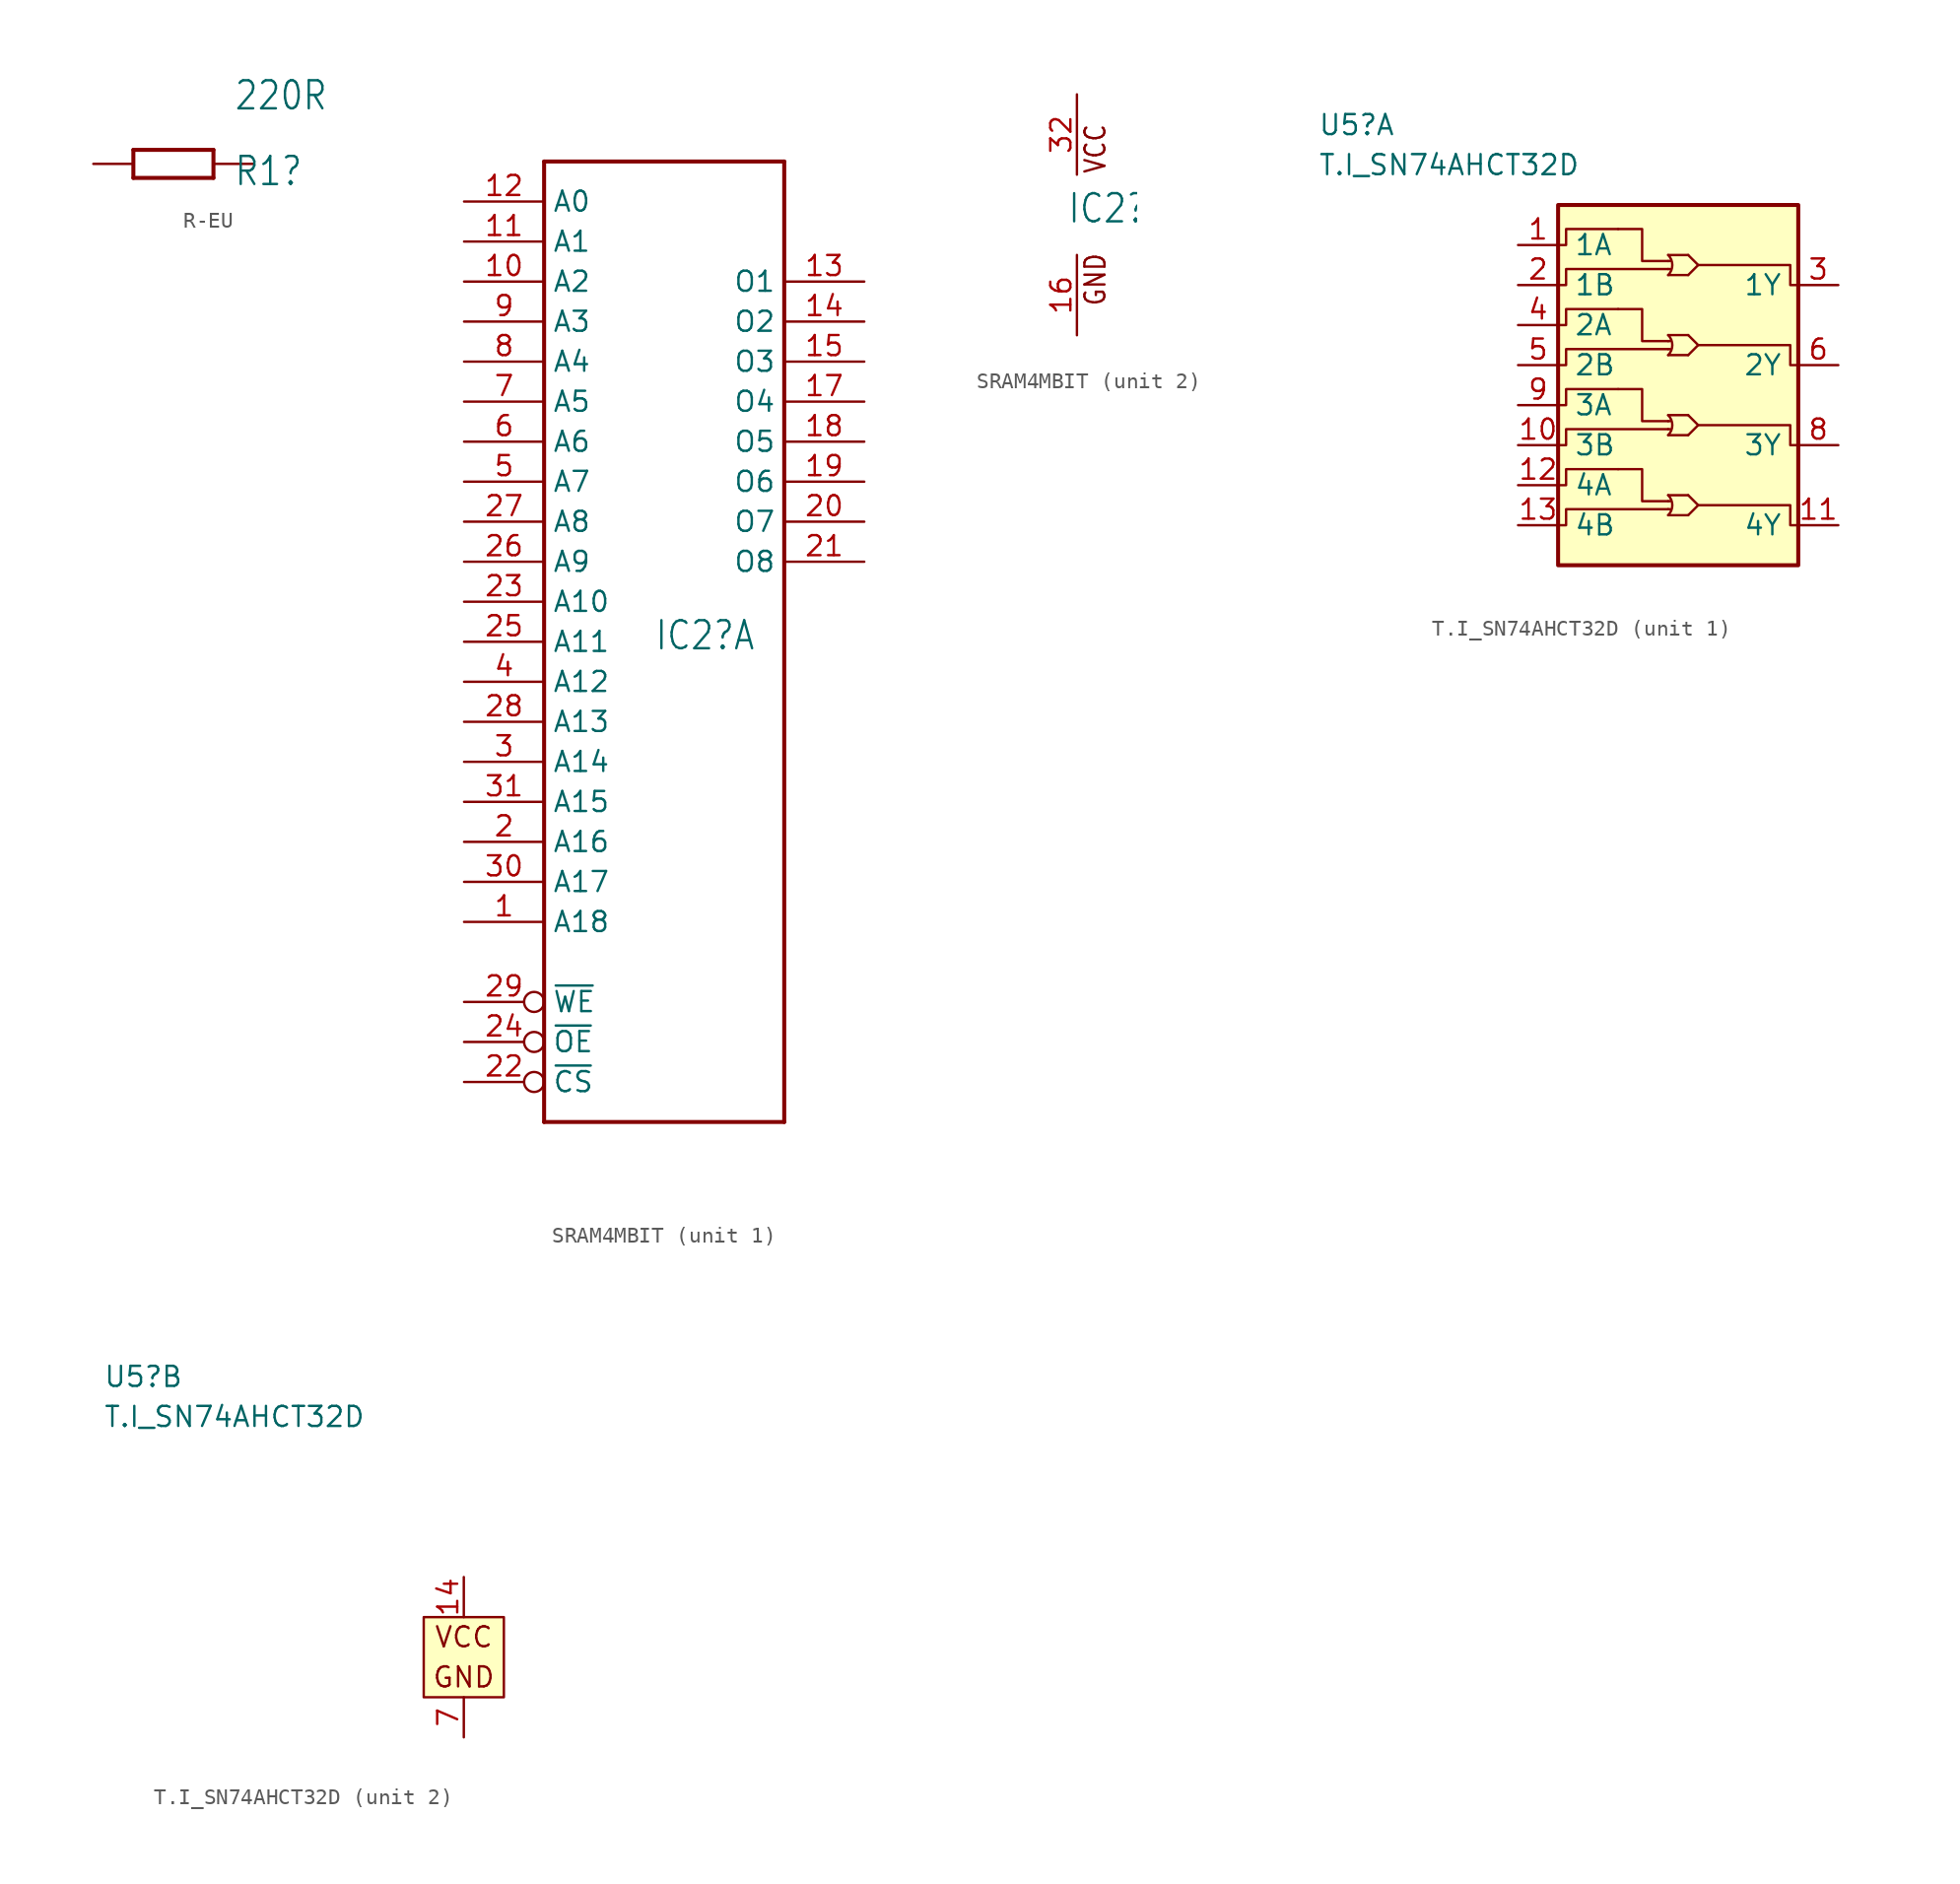
<source format=kicad_sym>
(kicad_symbol_lib
  (version 20220914)
  (generator kicad_symbol_editor)
  (symbol "R-EU"
    (property "Reference" "R1"
      (at 3.81 -1.499 0)
      (effects (font (size 1.778 1.511)) (justify left bottom)))
    (property "Value" "220R"
      (at 3.81 3.302 0)
      (effects (font (size 1.778 1.511)) (justify left bottom)))
    (property "ki_locked" ""
      (at 0 0 0)
      (effects (font (size 1.27 1.27))))
    (symbol "R-EU_1_0"
      (polyline (pts (xy -2.54 -0.889) (xy -2.54 0.889)) (stroke (width 0.254) (type default)) (fill (type none)))
      (polyline (pts (xy -2.54 -0.889) (xy 2.54 -0.889)) (stroke (width 0.254) (type default)) (fill (type none)))
      (polyline (pts (xy 2.54 -0.889) (xy 2.54 0.889)) (stroke (width 0.254) (type default)) (fill (type none)))
      (polyline (pts (xy 2.54 0.889) (xy -2.54 0.889)) (stroke (width 0.254) (type default)) (fill (type none)))
      (pin passive line (at -5.08 0 0) (length 2.54) (name "1" (effects (font (size 0 0)))) (number "1" (effects (font (size 0 0)))))
      (pin passive line (at 5.08 0 180) (length 2.54) (name "2" (effects (font (size 0 0)))) (number "2" (effects (font (size 0 0)))))))
  (symbol "SRAM4MBIT"
    (property "Reference" "IC2"
      (at -0.635 -0.635 0)
      (effects (font (size 1.778 1.511)) (justify left bottom)))
    (property "ki_locked" ""
      (at 0 0 0)
      (effects (font (size 1.27 1.27))))
    (symbol "SRAM4MBIT_1_0"
      (polyline (pts (xy -7.62 -30.48) (xy -7.62 30.48)) (stroke (width 0.254) (type default)) (fill (type none)))
      (polyline (pts (xy -7.62 30.48) (xy 7.62 30.48)) (stroke (width 0.254) (type default)) (fill (type none)))
      (polyline (pts (xy 7.62 -30.48) (xy -7.62 -30.48)) (stroke (width 0.254) (type default)) (fill (type none)))
      (polyline (pts (xy 7.62 30.48) (xy 7.62 -30.48)) (stroke (width 0.254) (type default)) (fill (type none)))
      (pin bidirectional line (at -12.7 -17.78 0) (length 5.08) (name "A18" (effects (font (size 1.27 1.27)))) (number "1" (effects (font (size 1.27 1.27)))))
      (pin bidirectional line (at -12.7 22.86 0) (length 5.08) (name "A2" (effects (font (size 1.27 1.27)))) (number "10" (effects (font (size 1.27 1.27)))))
      (pin bidirectional line (at -12.7 25.4 0) (length 5.08) (name "A1" (effects (font (size 1.27 1.27)))) (number "11" (effects (font (size 1.27 1.27)))))
      (pin bidirectional line (at -12.7 27.94 0) (length 5.08) (name "A0" (effects (font (size 1.27 1.27)))) (number "12" (effects (font (size 1.27 1.27)))))
      (pin bidirectional line (at 12.7 22.86 180) (length 5.08) (name "O1" (effects (font (size 1.27 1.27)))) (number "13" (effects (font (size 1.27 1.27)))))
      (pin bidirectional line (at 12.7 20.32 180) (length 5.08) (name "O2" (effects (font (size 1.27 1.27)))) (number "14" (effects (font (size 1.27 1.27)))))
      (pin bidirectional line (at 12.7 17.78 180) (length 5.08) (name "O3" (effects (font (size 1.27 1.27)))) (number "15" (effects (font (size 1.27 1.27)))))
      (pin bidirectional line (at 12.7 15.24 180) (length 5.08) (name "O4" (effects (font (size 1.27 1.27)))) (number "17" (effects (font (size 1.27 1.27)))))
      (pin bidirectional line (at 12.7 12.7 180) (length 5.08) (name "O5" (effects (font (size 1.27 1.27)))) (number "18" (effects (font (size 1.27 1.27)))))
      (pin bidirectional line (at 12.7 10.16 180) (length 5.08) (name "O6" (effects (font (size 1.27 1.27)))) (number "19" (effects (font (size 1.27 1.27)))))
      (pin bidirectional line (at -12.7 -12.7 0) (length 5.08) (name "A16" (effects (font (size 1.27 1.27)))) (number "2" (effects (font (size 1.27 1.27)))))
      (pin bidirectional line (at 12.7 7.62 180) (length 5.08) (name "O7" (effects (font (size 1.27 1.27)))) (number "20" (effects (font (size 1.27 1.27)))))
      (pin bidirectional line (at 12.7 5.08 180) (length 5.08) (name "O8" (effects (font (size 1.27 1.27)))) (number "21" (effects (font (size 1.27 1.27)))))
      (pin bidirectional inverted (at -12.7 -27.94 0) (length 5.08) (name "~{CS}" (effects (font (size 1.27 1.27)))) (number "22" (effects (font (size 1.27 1.27)))))
      (pin bidirectional line (at -12.7 2.54 0) (length 5.08) (name "A10" (effects (font (size 1.27 1.27)))) (number "23" (effects (font (size 1.27 1.27)))))
      (pin bidirectional inverted (at -12.7 -25.4 0) (length 5.08) (name "~{OE}" (effects (font (size 1.27 1.27)))) (number "24" (effects (font (size 1.27 1.27)))))
      (pin bidirectional line (at -12.7 0 0) (length 5.08) (name "A11" (effects (font (size 1.27 1.27)))) (number "25" (effects (font (size 1.27 1.27)))))
      (pin bidirectional line (at -12.7 5.08 0) (length 5.08) (name "A9" (effects (font (size 1.27 1.27)))) (number "26" (effects (font (size 1.27 1.27)))))
      (pin bidirectional line (at -12.7 7.62 0) (length 5.08) (name "A8" (effects (font (size 1.27 1.27)))) (number "27" (effects (font (size 1.27 1.27)))))
      (pin bidirectional line (at -12.7 -5.08 0) (length 5.08) (name "A13" (effects (font (size 1.27 1.27)))) (number "28" (effects (font (size 1.27 1.27)))))
      (pin bidirectional inverted (at -12.7 -22.86 0) (length 5.08) (name "~{WE}" (effects (font (size 1.27 1.27)))) (number "29" (effects (font (size 1.27 1.27)))))
      (pin bidirectional line (at -12.7 -7.62 0) (length 5.08) (name "A14" (effects (font (size 1.27 1.27)))) (number "3" (effects (font (size 1.27 1.27)))))
      (pin bidirectional line (at -12.7 -15.24 0) (length 5.08) (name "A17" (effects (font (size 1.27 1.27)))) (number "30" (effects (font (size 1.27 1.27)))))
      (pin bidirectional line (at -12.7 -10.16 0) (length 5.08) (name "A15" (effects (font (size 1.27 1.27)))) (number "31" (effects (font (size 1.27 1.27)))))
      (pin bidirectional line (at -12.7 -2.54 0) (length 5.08) (name "A12" (effects (font (size 1.27 1.27)))) (number "4" (effects (font (size 1.27 1.27)))))
      (pin bidirectional line (at -12.7 10.16 0) (length 5.08) (name "A7" (effects (font (size 1.27 1.27)))) (number "5" (effects (font (size 1.27 1.27)))))
      (pin bidirectional line (at -12.7 12.7 0) (length 5.08) (name "A6" (effects (font (size 1.27 1.27)))) (number "6" (effects (font (size 1.27 1.27)))))
      (pin bidirectional line (at -12.7 15.24 0) (length 5.08) (name "A5" (effects (font (size 1.27 1.27)))) (number "7" (effects (font (size 1.27 1.27)))))
      (pin bidirectional line (at -12.7 17.78 0) (length 5.08) (name "A4" (effects (font (size 1.27 1.27)))) (number "8" (effects (font (size 1.27 1.27)))))
      (pin bidirectional line (at -12.7 20.32 0) (length 5.08) (name "A3" (effects (font (size 1.27 1.27)))) (number "9" (effects (font (size 1.27 1.27))))))
    (symbol "SRAM4MBIT_2_0"
      (text "GND" (at 1.905 -5.842 900) (effects (font (size 1.27 1.079)) (justify left bottom)))
      (text "VCC" (at 1.905 2.54 900) (effects (font (size 1.27 1.079)) (justify left bottom)))
      (pin power_in line (at 0 -7.62 90) (length 5.08) (name "GND" (effects (font (size 0 0)))) (number "16" (effects (font (size 1.27 1.27)))))
      (pin power_in line (at 0 7.62 270) (length 5.08) (name "VCC" (effects (font (size 0 0)))) (number "32" (effects (font (size 1.27 1.27)))))))
  (symbol "T.I_SN74AHCT32D"
    (pin_names
      (offset 1))
    (property "Reference" "U5"
      (at -22.86 17.78 0)
      (effects (font (size 1.27 1.27)) (justify left)))
    (property "Value" "T.I_SN74AHCT32D"
      (at -22.86 15.24 0)
      (effects (font (size 1.27 1.27)) (justify left)))
    (property "ki_locked" ""
      (at 0 0 0)
      (effects (font (size 1.27 1.27))))
    (symbol "T.I_SN74AHCT32D_1_1"
      (rectangle (start -7.62 12.7) (end 7.62 -10.16) (stroke (width 0.254) (type default)) (fill (type background)))
      (arc (start -0.635 -6.985) (mid -0.372 -6.35) (end -0.635 -5.715) (stroke (width 0) (type default)) (fill (type none)))
      (arc (start -0.635 -1.905) (mid -0.372 -1.27) (end -0.635 -0.635) (stroke (width 0) (type default)) (fill (type none)))
      (arc (start -0.635 3.175) (mid -0.372 3.81) (end -0.635 4.445) (stroke (width 0) (type default)) (fill (type none)))
      (arc (start -0.635 8.255) (mid -0.372 8.89) (end -0.635 9.525) (stroke (width 0) (type default)) (fill (type none)))
      (polyline (pts (xy -0.635 -6.604) (xy -0.508 -6.604)) (stroke (width 0) (type default)) (fill (type none)))
      (polyline (pts (xy -0.635 -6.096) (xy -0.508 -6.096)) (stroke (width 0) (type default)) (fill (type none)))
      (polyline (pts (xy -0.635 -1.524) (xy -0.508 -1.524)) (stroke (width 0) (type default)) (fill (type none)))
      (polyline (pts (xy -0.635 -1.016) (xy -0.508 -1.016)) (stroke (width 0) (type default)) (fill (type none)))
      (polyline (pts (xy -0.635 3.556) (xy -0.508 3.556)) (stroke (width 0) (type default)) (fill (type none)))
      (polyline (pts (xy -0.635 4.064) (xy -0.508 4.064)) (stroke (width 0) (type default)) (fill (type none)))
      (polyline (pts (xy -0.635 8.636) (xy -0.508 8.636)) (stroke (width 0) (type default)) (fill (type none)))
      (polyline (pts (xy -0.635 9.144) (xy -0.508 9.144)) (stroke (width 0) (type default)) (fill (type none)))
      (polyline (pts (xy 0.635 -6.985) (xy -0.635 -6.985)) (stroke (width 0) (type default)) (fill (type none)))
      (polyline (pts (xy 0.635 -5.715) (xy -0.635 -5.715)) (stroke (width 0) (type default)) (fill (type none)))
      (polyline (pts (xy 0.635 -1.905) (xy -0.635 -1.905)) (stroke (width 0) (type default)) (fill (type none)))
      (polyline (pts (xy 0.635 -0.635) (xy -0.635 -0.635)) (stroke (width 0) (type default)) (fill (type none)))
      (polyline (pts (xy 0.635 3.175) (xy -0.635 3.175)) (stroke (width 0) (type default)) (fill (type none)))
      (polyline (pts (xy 0.635 4.445) (xy -0.635 4.445)) (stroke (width 0) (type default)) (fill (type none)))
      (polyline (pts (xy 0.635 8.255) (xy -0.635 8.255)) (stroke (width 0) (type default)) (fill (type none)))
      (polyline (pts (xy 0.635 9.525) (xy -0.635 9.525)) (stroke (width 0) (type default)) (fill (type none)))
      (polyline (pts (xy 0.635 -5.715) (xy 1.27 -6.35) (xy 0.635 -6.985)) (stroke (width 0) (type default)) (fill (type none)))
      (polyline (pts (xy 0.635 -0.635) (xy 1.27 -1.27) (xy 0.635 -1.905)) (stroke (width 0) (type default)) (fill (type none)))
      (polyline (pts (xy 0.635 4.445) (xy 1.27 3.81) (xy 0.635 3.175)) (stroke (width 0) (type default)) (fill (type none)))
      (polyline (pts (xy 0.635 9.525) (xy 1.27 8.89) (xy 0.635 8.255)) (stroke (width 0) (type default)) (fill (type none)))
      (polyline (pts (xy -0.635 -6.096) (xy -2.286 -6.096) (xy -2.286 -4.064) (xy -3.81 -4.064)) (stroke (width 0) (type default)) (fill (type none)))
      (polyline (pts (xy -0.635 -1.016) (xy -2.286 -1.016) (xy -2.286 1.016) (xy -3.81 1.016)) (stroke (width 0) (type default)) (fill (type none)))
      (polyline (pts (xy -0.635 4.064) (xy -2.286 4.064) (xy -2.286 6.096) (xy -3.81 6.096)) (stroke (width 0) (type default)) (fill (type none)))
      (polyline (pts (xy -0.635 9.144) (xy -2.286 9.144) (xy -2.286 11.176) (xy -3.81 11.176)) (stroke (width 0) (type default)) (fill (type none)))
      (polyline (pts (xy -3.81 -4.064) (xy -3.81 -4.064) (xy -7.112 -4.064) (xy -7.112 -5.08) (xy -7.62 -5.08)) (stroke (width 0) (type default)) (fill (type none)))
      (polyline (pts (xy -3.81 1.016) (xy -3.81 1.016) (xy -7.112 1.016) (xy -7.112 0) (xy -7.62 0)) (stroke (width 0) (type default)) (fill (type none)))
      (polyline (pts (xy -3.81 6.096) (xy -3.81 6.096) (xy -7.112 6.096) (xy -7.112 5.08) (xy -7.62 5.08)) (stroke (width 0) (type default)) (fill (type none)))
      (polyline (pts (xy -3.81 11.176) (xy -3.81 11.176) (xy -7.112 11.176) (xy -7.112 10.16) (xy -7.62 10.16)) (stroke (width 0) (type default)) (fill (type none)))
      (polyline (pts (xy -0.635 -6.604) (xy -3.81 -6.604) (xy -7.112 -6.604) (xy -7.112 -7.62) (xy -7.62 -7.62)) (stroke (width 0) (type default)) (fill (type none)))
      (polyline (pts (xy -0.635 -1.524) (xy -3.81 -1.524) (xy -7.112 -1.524) (xy -7.112 -2.54) (xy -7.62 -2.54)) (stroke (width 0) (type default)) (fill (type none)))
      (polyline (pts (xy -0.635 3.556) (xy -3.81 3.556) (xy -7.112 3.556) (xy -7.112 2.54) (xy -7.62 2.54)) (stroke (width 0) (type default)) (fill (type none)))
      (polyline (pts (xy -0.635 8.636) (xy -3.81 8.636) (xy -7.112 8.636) (xy -7.112 7.62) (xy -7.62 7.62)) (stroke (width 0) (type default)) (fill (type none)))
      (polyline (pts (xy 1.27 -6.35) (xy 3.81 -6.35) (xy 7.112 -6.35) (xy 7.112 -7.62) (xy 7.62 -7.62)) (stroke (width 0) (type default)) (fill (type none)))
      (polyline (pts (xy 1.27 -1.27) (xy 3.81 -1.27) (xy 7.112 -1.27) (xy 7.112 -2.54) (xy 7.62 -2.54)) (stroke (width 0) (type default)) (fill (type none)))
      (polyline (pts (xy 1.27 3.81) (xy 3.81 3.81) (xy 7.112 3.81) (xy 7.112 2.54) (xy 7.62 2.54)) (stroke (width 0) (type default)) (fill (type none)))
      (polyline (pts (xy 1.27 8.89) (xy 3.81 8.89) (xy 7.112 8.89) (xy 7.112 7.62) (xy 7.62 7.62)) (stroke (width 0) (type default)) (fill (type none)))
      (pin input line (at -10.16 10.16 0) (length 2.54) (name "1A" (effects (font (size 1.27 1.27)))) (number "1" (effects (font (size 1.27 1.27)))))
      (pin input line (at -10.16 -2.54 0) (length 2.54) (name "3B" (effects (font (size 1.27 1.27)))) (number "10" (effects (font (size 1.27 1.27)))))
      (pin output line (at 10.16 -7.62 180) (length 2.54) (name "4Y" (effects (font (size 1.27 1.27)))) (number "11" (effects (font (size 1.27 1.27)))))
      (pin input line (at -10.16 -5.08 0) (length 2.54) (name "4A" (effects (font (size 1.27 1.27)))) (number "12" (effects (font (size 1.27 1.27)))))
      (pin input line (at -10.16 -7.62 0) (length 2.54) (name "4B" (effects (font (size 1.27 1.27)))) (number "13" (effects (font (size 1.27 1.27)))))
      (pin input line (at -10.16 7.62 0) (length 2.54) (name "1B" (effects (font (size 1.27 1.27)))) (number "2" (effects (font (size 1.27 1.27)))))
      (pin output line (at 10.16 7.62 180) (length 2.54) (name "1Y" (effects (font (size 1.27 1.27)))) (number "3" (effects (font (size 1.27 1.27)))))
      (pin input line (at -10.16 5.08 0) (length 2.54) (name "2A" (effects (font (size 1.27 1.27)))) (number "4" (effects (font (size 1.27 1.27)))))
      (pin input line (at -10.16 2.54 0) (length 2.54) (name "2B" (effects (font (size 1.27 1.27)))) (number "5" (effects (font (size 1.27 1.27)))))
      (pin output line (at 10.16 2.54 180) (length 2.54) (name "2Y" (effects (font (size 1.27 1.27)))) (number "6" (effects (font (size 1.27 1.27)))))
      (pin output line (at 10.16 -2.54 180) (length 2.54) (name "3Y" (effects (font (size 1.27 1.27)))) (number "8" (effects (font (size 1.27 1.27)))))
      (pin input line (at -10.16 0 0) (length 2.54) (name "3A" (effects (font (size 1.27 1.27)))) (number "9" (effects (font (size 1.27 1.27))))))
    (symbol "T.I_SN74AHCT32D_2_0"
      (text "GND" (at 0 -1.27 0) (effects (font (size 1.27 1.27))))
      (text "VCC" (at 0 1.27 0) (effects (font (size 1.27 1.27)))))
    (symbol "T.I_SN74AHCT32D_2_1"
      (rectangle (start -2.54 2.54) (end 2.54 -2.54) (stroke (width 0) (type default)) (fill (type background)))
      (pin power_in line (at 0 5.08 270) (length 2.54) (name "VCC" (effects (font (size 0 0)))) (number "14" (effects (font (size 1.27 1.27)))))
      (pin power_in line (at 0 -5.08 90) (length 2.54) (name "GND" (effects (font (size 0 0)))) (number "7" (effects (font (size 1.27 1.27))))))))
</source>
